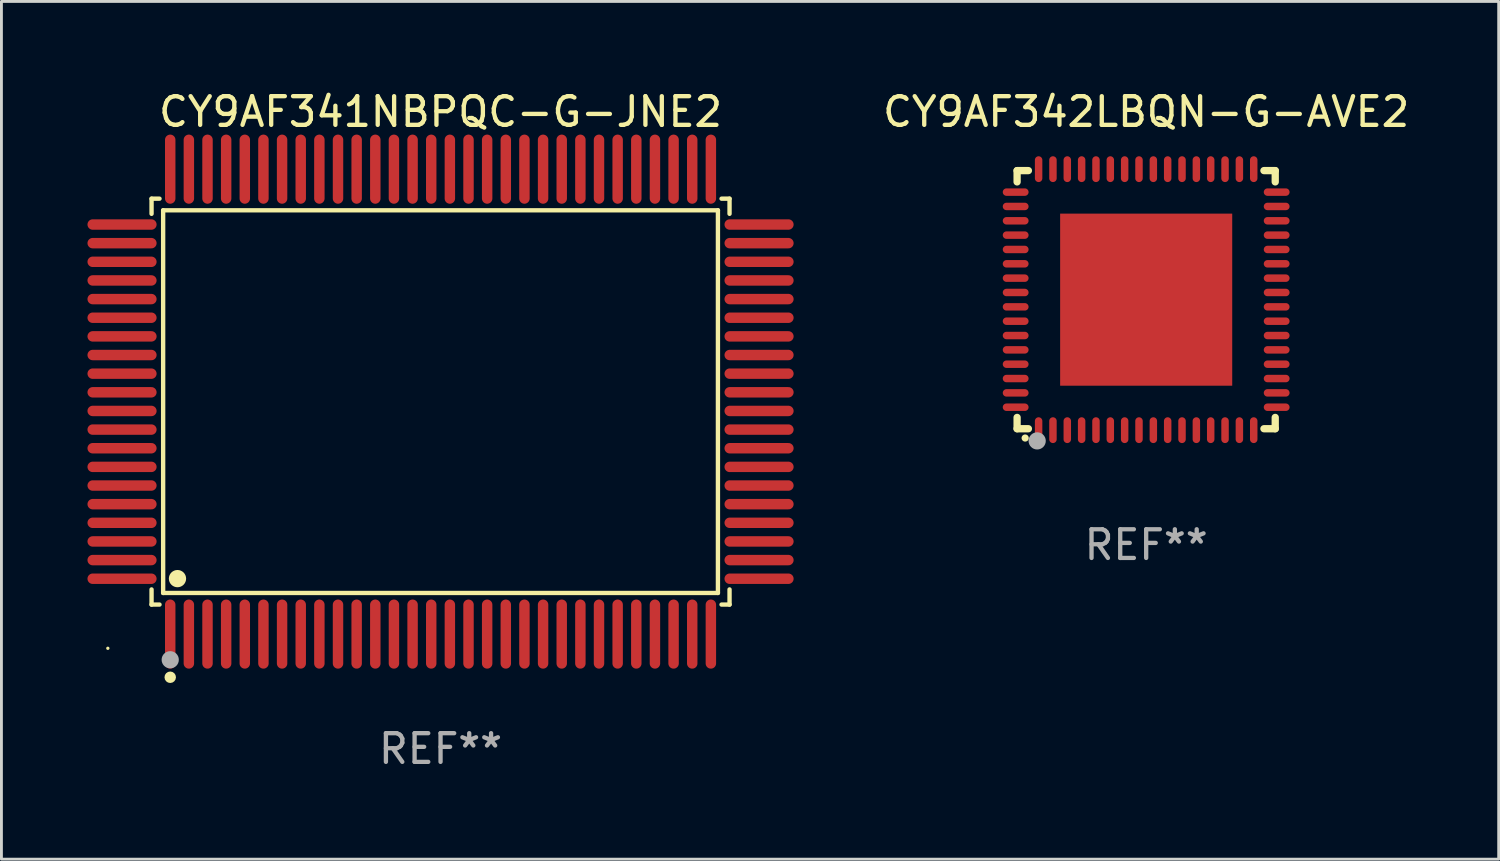
<source format=kicad_pcb>
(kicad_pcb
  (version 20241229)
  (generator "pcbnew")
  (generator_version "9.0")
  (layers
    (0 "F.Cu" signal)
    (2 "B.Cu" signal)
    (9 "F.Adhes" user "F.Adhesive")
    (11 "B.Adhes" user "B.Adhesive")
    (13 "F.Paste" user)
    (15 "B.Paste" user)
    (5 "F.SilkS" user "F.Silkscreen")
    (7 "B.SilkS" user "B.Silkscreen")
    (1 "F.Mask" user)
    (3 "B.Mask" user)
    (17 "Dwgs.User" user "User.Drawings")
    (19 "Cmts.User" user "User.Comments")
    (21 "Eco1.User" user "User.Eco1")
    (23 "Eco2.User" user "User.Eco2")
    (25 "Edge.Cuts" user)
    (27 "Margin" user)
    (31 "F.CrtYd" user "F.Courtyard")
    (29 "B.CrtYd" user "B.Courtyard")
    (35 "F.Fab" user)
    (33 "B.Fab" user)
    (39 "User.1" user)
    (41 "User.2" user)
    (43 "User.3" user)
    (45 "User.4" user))
  (footprint "CY9AF341NBPQC-G-JNE2"
    (layer "F.Cu")
    (at 12.31 10.953)
    (property "Reference" "CY9AF341NBPQC-G-JNE2" (at 0 -10.105 0) (layer "F.SilkS") (effects (font (size 1 1) (thickness 0.15))))
    (attr through_hole)
    (fp_line (start -10.076 -7.076) (end -9.798 -7.076) (stroke (width 0.152) (type solid)) (layer "F.SilkS"))
    (fp_line (start -10.076 -6.548) (end -10.076 -7.076) (stroke (width 0.152) (type solid)) (layer "F.SilkS"))
    (fp_line (start -10.076 6.548) (end -10.076 7.076) (stroke (width 0.152) (type solid)) (layer "F.SilkS"))
    (fp_line (start -10.076 7.076) (end -9.798 7.076) (stroke (width 0.152) (type solid)) (layer "F.SilkS"))
    (fp_line (start -9.672 -6.671) (end 9.671 -6.671) (stroke (width 0.152) (type solid)) (layer "F.SilkS"))
    (fp_line (start -9.672 6.671) (end -9.672 -6.671) (stroke (width 0.152) (type solid)) (layer "F.SilkS"))
    (fp_line (start 9.671 -6.671) (end 9.671 6.671) (stroke (width 0.152) (type solid)) (layer "F.SilkS"))
    (fp_line (start 9.671 6.671) (end -9.672 6.671) (stroke (width 0.152) (type solid)) (layer "F.SilkS"))
    (fp_line (start 10.076 -7.076) (end 9.797 -7.076) (stroke (width 0.152) (type solid)) (layer "F.SilkS"))
    (fp_line (start 10.076 -6.548) (end 10.076 -7.076) (stroke (width 0.152) (type solid)) (layer "F.SilkS"))
    (fp_line (start 10.076 6.548) (end 10.076 7.076) (stroke (width 0.152) (type solid)) (layer "F.SilkS"))
    (fp_line (start 10.076 7.076) (end 9.797 7.076) (stroke (width 0.152) (type solid)) (layer "F.SilkS"))
    (fp_circle (center -11.6 8.6) (end -11.57 8.6) (stroke (width 0.06) (type solid)) (fill no) (layer "F.SilkS"))
    (fp_circle (center -9.425 9.61) (end -9.325 9.61) (stroke (width 0.2) (type solid)) (fill no) (layer "F.SilkS"))
    (fp_circle (center -9.172 6.171) (end -9.021 6.171) (stroke (width 0.3) (type solid)) (fill no) (layer "F.SilkS"))
    (fp_circle (center -9.425 9) (end -9.275 9) (stroke (width 0.3) (type solid)) (fill no) (layer "F.Fab"))
    (fp_text user "REF**" (at 0 12.105 0) (layer "F.Fab") (effects (font (size 1 1) (thickness 0.15))))
    (pad "1" smd oval (at -9.425 8.105) (size 0.364 2.41) (layers "F.Cu" "F.Mask" "F.Paste"))
    (pad "2" smd oval (at -8.775 8.105) (size 0.364 2.41) (layers "F.Cu" "F.Mask" "F.Paste"))
    (pad "3" smd oval (at -8.125 8.105) (size 0.364 2.41) (layers "F.Cu" "F.Mask" "F.Paste"))
    (pad "4" smd oval (at -7.475 8.105) (size 0.364 2.41) (layers "F.Cu" "F.Mask" "F.Paste"))
    (pad "5" smd oval (at -6.825 8.105) (size 0.364 2.41) (layers "F.Cu" "F.Mask" "F.Paste"))
    (pad "6" smd oval (at -6.175 8.105) (size 0.364 2.41) (layers "F.Cu" "F.Mask" "F.Paste"))
    (pad "7" smd oval (at -5.525 8.105) (size 0.364 2.41) (layers "F.Cu" "F.Mask" "F.Paste"))
    (pad "8" smd oval (at -4.875 8.105) (size 0.364 2.41) (layers "F.Cu" "F.Mask" "F.Paste"))
    (pad "9" smd oval (at -4.225 8.105) (size 0.364 2.41) (layers "F.Cu" "F.Mask" "F.Paste"))
    (pad "10" smd oval (at -3.575 8.105) (size 0.364 2.41) (layers "F.Cu" "F.Mask" "F.Paste"))
    (pad "11" smd oval (at -2.925 8.105) (size 0.364 2.41) (layers "F.Cu" "F.Mask" "F.Paste"))
    (pad "12" smd oval (at -2.275 8.105) (size 0.364 2.41) (layers "F.Cu" "F.Mask" "F.Paste"))
    (pad "13" smd oval (at -1.625 8.105) (size 0.364 2.41) (layers "F.Cu" "F.Mask" "F.Paste"))
    (pad "14" smd oval (at -0.975 8.105) (size 0.364 2.41) (layers "F.Cu" "F.Mask" "F.Paste"))
    (pad "15" smd oval (at -0.325 8.105) (size 0.364 2.41) (layers "F.Cu" "F.Mask" "F.Paste"))
    (pad "16" smd oval (at 0.325 8.105) (size 0.364 2.41) (layers "F.Cu" "F.Mask" "F.Paste"))
    (pad "17" smd oval (at 0.975 8.105) (size 0.364 2.41) (layers "F.Cu" "F.Mask" "F.Paste"))
    (pad "18" smd oval (at 1.625 8.105) (size 0.364 2.41) (layers "F.Cu" "F.Mask" "F.Paste"))
    (pad "19" smd oval (at 2.275 8.105) (size 0.364 2.41) (layers "F.Cu" "F.Mask" "F.Paste"))
    (pad "20" smd oval (at 2.925 8.105) (size 0.364 2.41) (layers "F.Cu" "F.Mask" "F.Paste"))
    (pad "21" smd oval (at 3.575 8.105) (size 0.364 2.41) (layers "F.Cu" "F.Mask" "F.Paste"))
    (pad "22" smd oval (at 4.225 8.105) (size 0.364 2.41) (layers "F.Cu" "F.Mask" "F.Paste"))
    (pad "23" smd oval (at 4.875 8.105) (size 0.364 2.41) (layers "F.Cu" "F.Mask" "F.Paste"))
    (pad "24" smd oval (at 5.525 8.105) (size 0.364 2.41) (layers "F.Cu" "F.Mask" "F.Paste"))
    (pad "25" smd oval (at 6.175 8.105) (size 0.364 2.41) (layers "F.Cu" "F.Mask" "F.Paste"))
    (pad "26" smd oval (at 6.825 8.105) (size 0.364 2.41) (layers "F.Cu" "F.Mask" "F.Paste"))
    (pad "27" smd oval (at 7.475 8.105) (size 0.364 2.41) (layers "F.Cu" "F.Mask" "F.Paste"))
    (pad "28" smd oval (at 8.125 8.105) (size 0.364 2.41) (layers "F.Cu" "F.Mask" "F.Paste"))
    (pad "29" smd oval (at 8.775 8.105) (size 0.364 2.41) (layers "F.Cu" "F.Mask" "F.Paste"))
    (pad "30" smd oval (at 9.425 8.105) (size 0.364 2.41) (layers "F.Cu" "F.Mask" "F.Paste"))
    (pad "31" smd oval (at 11.105 6.175) (size 2.41 0.364) (layers "F.Cu" "F.Mask" "F.Paste"))
    (pad "32" smd oval (at 11.105 5.525) (size 2.41 0.364) (layers "F.Cu" "F.Mask" "F.Paste"))
    (pad "33" smd oval (at 11.105 4.875) (size 2.41 0.364) (layers "F.Cu" "F.Mask" "F.Paste"))
    (pad "34" smd oval (at 11.105 4.225) (size 2.41 0.364) (layers "F.Cu" "F.Mask" "F.Paste"))
    (pad "35" smd oval (at 11.105 3.575) (size 2.41 0.364) (layers "F.Cu" "F.Mask" "F.Paste"))
    (pad "36" smd oval (at 11.105 2.925) (size 2.41 0.364) (layers "F.Cu" "F.Mask" "F.Paste"))
    (pad "37" smd oval (at 11.105 2.275) (size 2.41 0.364) (layers "F.Cu" "F.Mask" "F.Paste"))
    (pad "38" smd oval (at 11.105 1.625) (size 2.41 0.364) (layers "F.Cu" "F.Mask" "F.Paste"))
    (pad "39" smd oval (at 11.105 0.975) (size 2.41 0.364) (layers "F.Cu" "F.Mask" "F.Paste"))
    (pad "40" smd oval (at 11.105 0.325) (size 2.41 0.364) (layers "F.Cu" "F.Mask" "F.Paste"))
    (pad "41" smd oval (at 11.105 -0.325) (size 2.41 0.364) (layers "F.Cu" "F.Mask" "F.Paste"))
    (pad "42" smd oval (at 11.105 -0.975) (size 2.41 0.364) (layers "F.Cu" "F.Mask" "F.Paste"))
    (pad "43" smd oval (at 11.105 -1.625) (size 2.41 0.364) (layers "F.Cu" "F.Mask" "F.Paste"))
    (pad "44" smd oval (at 11.105 -2.275) (size 2.41 0.364) (layers "F.Cu" "F.Mask" "F.Paste"))
    (pad "45" smd oval (at 11.105 -2.925) (size 2.41 0.364) (layers "F.Cu" "F.Mask" "F.Paste"))
    (pad "46" smd oval (at 11.105 -3.575) (size 2.41 0.364) (layers "F.Cu" "F.Mask" "F.Paste"))
    (pad "47" smd oval (at 11.105 -4.225) (size 2.41 0.364) (layers "F.Cu" "F.Mask" "F.Paste"))
    (pad "48" smd oval (at 11.105 -4.875) (size 2.41 0.364) (layers "F.Cu" "F.Mask" "F.Paste"))
    (pad "49" smd oval (at 11.105 -5.525) (size 2.41 0.364) (layers "F.Cu" "F.Mask" "F.Paste"))
    (pad "50" smd oval (at 11.105 -6.175) (size 2.41 0.364) (layers "F.Cu" "F.Mask" "F.Paste"))
    (pad "51" smd oval (at 9.425 -8.105) (size 0.364 2.41) (layers "F.Cu" "F.Mask" "F.Paste"))
    (pad "52" smd oval (at 8.775 -8.105) (size 0.364 2.41) (layers "F.Cu" "F.Mask" "F.Paste"))
    (pad "53" smd oval (at 8.125 -8.105) (size 0.364 2.41) (layers "F.Cu" "F.Mask" "F.Paste"))
    (pad "54" smd oval (at 7.475 -8.105) (size 0.364 2.41) (layers "F.Cu" "F.Mask" "F.Paste"))
    (pad "55" smd oval (at 6.825 -8.105) (size 0.364 2.41) (layers "F.Cu" "F.Mask" "F.Paste"))
    (pad "56" smd oval (at 6.175 -8.105) (size 0.364 2.41) (layers "F.Cu" "F.Mask" "F.Paste"))
    (pad "57" smd oval (at 5.525 -8.105) (size 0.364 2.41) (layers "F.Cu" "F.Mask" "F.Paste"))
    (pad "58" smd oval (at 4.875 -8.105) (size 0.364 2.41) (layers "F.Cu" "F.Mask" "F.Paste"))
    (pad "59" smd oval (at 4.225 -8.105) (size 0.364 2.41) (layers "F.Cu" "F.Mask" "F.Paste"))
    (pad "60" smd oval (at 3.575 -8.105) (size 0.364 2.41) (layers "F.Cu" "F.Mask" "F.Paste"))
    (pad "61" smd oval (at 2.925 -8.105) (size 0.364 2.41) (layers "F.Cu" "F.Mask" "F.Paste"))
    (pad "62" smd oval (at 2.275 -8.105) (size 0.364 2.41) (layers "F.Cu" "F.Mask" "F.Paste"))
    (pad "63" smd oval (at 1.625 -8.105) (size 0.364 2.41) (layers "F.Cu" "F.Mask" "F.Paste"))
    (pad "64" smd oval (at 0.975 -8.105) (size 0.364 2.41) (layers "F.Cu" "F.Mask" "F.Paste"))
    (pad "65" smd oval (at 0.325 -8.105) (size 0.364 2.41) (layers "F.Cu" "F.Mask" "F.Paste"))
    (pad "66" smd oval (at -0.325 -8.105) (size 0.364 2.41) (layers "F.Cu" "F.Mask" "F.Paste"))
    (pad "67" smd oval (at -0.975 -8.105) (size 0.364 2.41) (layers "F.Cu" "F.Mask" "F.Paste"))
    (pad "68" smd oval (at -1.625 -8.105) (size 0.364 2.41) (layers "F.Cu" "F.Mask" "F.Paste"))
    (pad "69" smd oval (at -2.275 -8.105) (size 0.364 2.41) (layers "F.Cu" "F.Mask" "F.Paste"))
    (pad "70" smd oval (at -2.925 -8.105) (size 0.364 2.41) (layers "F.Cu" "F.Mask" "F.Paste"))
    (pad "71" smd oval (at -3.575 -8.105) (size 0.364 2.41) (layers "F.Cu" "F.Mask" "F.Paste"))
    (pad "72" smd oval (at -4.225 -8.105) (size 0.364 2.41) (layers "F.Cu" "F.Mask" "F.Paste"))
    (pad "73" smd oval (at -4.875 -8.105) (size 0.364 2.41) (layers "F.Cu" "F.Mask" "F.Paste"))
    (pad "74" smd oval (at -5.525 -8.105) (size 0.364 2.41) (layers "F.Cu" "F.Mask" "F.Paste"))
    (pad "75" smd oval (at -6.175 -8.105) (size 0.364 2.41) (layers "F.Cu" "F.Mask" "F.Paste"))
    (pad "76" smd oval (at -6.825 -8.105) (size 0.364 2.41) (layers "F.Cu" "F.Mask" "F.Paste"))
    (pad "77" smd oval (at -7.475 -8.105) (size 0.364 2.41) (layers "F.Cu" "F.Mask" "F.Paste"))
    (pad "78" smd oval (at -8.125 -8.105) (size 0.364 2.41) (layers "F.Cu" "F.Mask" "F.Paste"))
    (pad "79" smd oval (at -8.775 -8.105) (size 0.364 2.41) (layers "F.Cu" "F.Mask" "F.Paste"))
    (pad "80" smd oval (at -9.425 -8.105) (size 0.364 2.41) (layers "F.Cu" "F.Mask" "F.Paste"))
    (pad "81" smd oval (at -11.105 -6.175) (size 2.41 0.364) (layers "F.Cu" "F.Mask" "F.Paste"))
    (pad "82" smd oval (at -11.105 -5.525) (size 2.41 0.364) (layers "F.Cu" "F.Mask" "F.Paste"))
    (pad "83" smd oval (at -11.105 -4.875) (size 2.41 0.364) (layers "F.Cu" "F.Mask" "F.Paste"))
    (pad "84" smd oval (at -11.105 -4.225) (size 2.41 0.364) (layers "F.Cu" "F.Mask" "F.Paste"))
    (pad "85" smd oval (at -11.105 -3.575) (size 2.41 0.364) (layers "F.Cu" "F.Mask" "F.Paste"))
    (pad "86" smd oval (at -11.105 -2.925) (size 2.41 0.364) (layers "F.Cu" "F.Mask" "F.Paste"))
    (pad "87" smd oval (at -11.105 -2.275) (size 2.41 0.364) (layers "F.Cu" "F.Mask" "F.Paste"))
    (pad "88" smd oval (at -11.105 -1.625) (size 2.41 0.364) (layers "F.Cu" "F.Mask" "F.Paste"))
    (pad "89" smd oval (at -11.105 -0.975) (size 2.41 0.364) (layers "F.Cu" "F.Mask" "F.Paste"))
    (pad "90" smd oval (at -11.105 -0.325) (size 2.41 0.364) (layers "F.Cu" "F.Mask" "F.Paste"))
    (pad "91" smd oval (at -11.105 0.325) (size 2.41 0.364) (layers "F.Cu" "F.Mask" "F.Paste"))
    (pad "92" smd oval (at -11.105 0.975) (size 2.41 0.364) (layers "F.Cu" "F.Mask" "F.Paste"))
    (pad "93" smd oval (at -11.105 1.625) (size 2.41 0.364) (layers "F.Cu" "F.Mask" "F.Paste"))
    (pad "94" smd oval (at -11.105 2.275) (size 2.41 0.364) (layers "F.Cu" "F.Mask" "F.Paste"))
    (pad "95" smd oval (at -11.105 2.925) (size 2.41 0.364) (layers "F.Cu" "F.Mask" "F.Paste"))
    (pad "96" smd oval (at -11.105 3.575) (size 2.41 0.364) (layers "F.Cu" "F.Mask" "F.Paste"))
    (pad "97" smd oval (at -11.105 4.225) (size 2.41 0.364) (layers "F.Cu" "F.Mask" "F.Paste"))
    (pad "98" smd oval (at -11.105 4.875) (size 2.41 0.364) (layers "F.Cu" "F.Mask" "F.Paste"))
    (pad "99" smd oval (at -11.105 5.525) (size 2.41 0.364) (layers "F.Cu" "F.Mask" "F.Paste"))
    (pad "100" smd oval (at -11.105 6.175) (size 2.41 0.364) (layers "F.Cu" "F.Mask" "F.Paste")))
  (footprint "CY9AF342LBQN-G-AVE2"
    (layer "F.Cu")
    (at 36.912 7.398)
    (property "Reference" "CY9AF342LBQN-G-AVE2" (at 0 -6.55 0) (layer "F.SilkS") (effects (font (size 1 1) (thickness 0.15))))
    (attr through_hole)
    (fp_line (start -4.5 -4.5) (end -4.106 -4.5) (stroke (width 0.254) (type solid)) (layer "F.SilkS"))
    (fp_line (start -4.5 -4.106) (end -4.5 -4.5) (stroke (width 0.254) (type solid)) (layer "F.SilkS"))
    (fp_line (start -4.5 4.5) (end -4.5 4.106) (stroke (width 0.254) (type solid)) (layer "F.SilkS"))
    (fp_line (start -4.106 4.5) (end -4.5 4.5) (stroke (width 0.254) (type solid)) (layer "F.SilkS"))
    (fp_line (start 4.106 -4.5) (end 4.5 -4.5) (stroke (width 0.254) (type solid)) (layer "F.SilkS"))
    (fp_line (start 4.5 -4.5) (end 4.5 -4.106) (stroke (width 0.254) (type solid)) (layer "F.SilkS"))
    (fp_line (start 4.5 4.106) (end 4.5 4.5) (stroke (width 0.254) (type solid)) (layer "F.SilkS"))
    (fp_line (start 4.5 4.5) (end 4.106 4.5) (stroke (width 0.254) (type solid)) (layer "F.SilkS"))
    (fp_arc (start -4.220041 4.824308) (mid -4.218771 4.824302) (end -4.217501 4.824308) (stroke (width 0.24892) (type solid)) (layer "F.SilkS"))
    (fp_circle (center -4.5 4.5) (end -4.47 4.5) (stroke (width 0.06) (type solid)) (fill no) (layer "F.SilkS"))
    (fp_circle (center -3.8 4.924) (end -3.65 4.924) (stroke (width 0.3) (type solid)) (fill no) (layer "F.Fab"))
    (fp_text user "REF**" (at 0 8.55 0) (layer "F.Fab") (effects (font (size 1 1) (thickness 0.15))))
    (pad "1" smd oval (at -3.75 4.55 90) (size 0.9 0.26) (layers "F.Cu" "F.Mask" "F.Paste"))
    (pad "2" smd oval (at -3.25 4.55 90) (size 0.9 0.26) (layers "F.Cu" "F.Mask" "F.Paste"))
    (pad "3" smd oval (at -2.75 4.55 90) (size 0.9 0.26) (layers "F.Cu" "F.Mask" "F.Paste"))
    (pad "4" smd oval (at -2.25 4.55 90) (size 0.9 0.26) (layers "F.Cu" "F.Mask" "F.Paste"))
    (pad "5" smd oval (at -1.75 4.55 90) (size 0.9 0.26) (layers "F.Cu" "F.Mask" "F.Paste"))
    (pad "6" smd oval (at -1.25 4.55 90) (size 0.9 0.26) (layers "F.Cu" "F.Mask" "F.Paste"))
    (pad "7" smd oval (at -0.75 4.55 90) (size 0.9 0.26) (layers "F.Cu" "F.Mask" "F.Paste"))
    (pad "8" smd oval (at -0.25 4.55 90) (size 0.9 0.26) (layers "F.Cu" "F.Mask" "F.Paste"))
    (pad "9" smd oval (at 0.25 4.55 90) (size 0.9 0.26) (layers "F.Cu" "F.Mask" "F.Paste"))
    (pad "10" smd oval (at 0.75 4.55 90) (size 0.9 0.26) (layers "F.Cu" "F.Mask" "F.Paste"))
    (pad "11" smd oval (at 1.25 4.55 90) (size 0.9 0.26) (layers "F.Cu" "F.Mask" "F.Paste"))
    (pad "12" smd oval (at 1.75 4.55 90) (size 0.9 0.26) (layers "F.Cu" "F.Mask" "F.Paste"))
    (pad "13" smd oval (at 2.25 4.55 90) (size 0.9 0.26) (layers "F.Cu" "F.Mask" "F.Paste"))
    (pad "14" smd oval (at 2.75 4.55 90) (size 0.9 0.26) (layers "F.Cu" "F.Mask" "F.Paste"))
    (pad "15" smd oval (at 3.25 4.55 90) (size 0.9 0.26) (layers "F.Cu" "F.Mask" "F.Paste"))
    (pad "16" smd oval (at 3.75 4.55 90) (size 0.9 0.26) (layers "F.Cu" "F.Mask" "F.Paste"))
    (pad "17" smd oval (at 4.55 3.75 90) (size 0.26 0.9) (layers "F.Cu" "F.Mask" "F.Paste"))
    (pad "18" smd oval (at 4.55 3.25 90) (size 0.26 0.9) (layers "F.Cu" "F.Mask" "F.Paste"))
    (pad "19" smd oval (at 4.55 2.75 90) (size 0.26 0.9) (layers "F.Cu" "F.Mask" "F.Paste"))
    (pad "20" smd oval (at 4.55 2.25 90) (size 0.26 0.9) (layers "F.Cu" "F.Mask" "F.Paste"))
    (pad "21" smd oval (at 4.55 1.75 90) (size 0.26 0.9) (layers "F.Cu" "F.Mask" "F.Paste"))
    (pad "22" smd oval (at 4.55 1.25 90) (size 0.26 0.9) (layers "F.Cu" "F.Mask" "F.Paste"))
    (pad "23" smd oval (at 4.55 0.75 90) (size 0.26 0.9) (layers "F.Cu" "F.Mask" "F.Paste"))
    (pad "24" smd oval (at 4.55 0.25 90) (size 0.26 0.9) (layers "F.Cu" "F.Mask" "F.Paste"))
    (pad "25" smd oval (at 4.55 -0.25 90) (size 0.26 0.9) (layers "F.Cu" "F.Mask" "F.Paste"))
    (pad "26" smd oval (at 4.55 -0.75 90) (size 0.26 0.9) (layers "F.Cu" "F.Mask" "F.Paste"))
    (pad "27" smd oval (at 4.55 -1.25 90) (size 0.26 0.9) (layers "F.Cu" "F.Mask" "F.Paste"))
    (pad "28" smd oval (at 4.55 -1.75 90) (size 0.26 0.9) (layers "F.Cu" "F.Mask" "F.Paste"))
    (pad "29" smd oval (at 4.55 -2.25 90) (size 0.26 0.9) (layers "F.Cu" "F.Mask" "F.Paste"))
    (pad "30" smd oval (at 4.55 -2.75 90) (size 0.26 0.9) (layers "F.Cu" "F.Mask" "F.Paste"))
    (pad "31" smd oval (at 4.55 -3.25 90) (size 0.26 0.9) (layers "F.Cu" "F.Mask" "F.Paste"))
    (pad "32" smd oval (at 4.55 -3.75 90) (size 0.26 0.9) (layers "F.Cu" "F.Mask" "F.Paste"))
    (pad "33" smd oval (at 3.75 -4.55 90) (size 0.9 0.26) (layers "F.Cu" "F.Mask" "F.Paste"))
    (pad "34" smd oval (at 3.25 -4.55 90) (size 0.9 0.26) (layers "F.Cu" "F.Mask" "F.Paste"))
    (pad "35" smd oval (at 2.75 -4.55 90) (size 0.9 0.26) (layers "F.Cu" "F.Mask" "F.Paste"))
    (pad "36" smd oval (at 2.25 -4.55 90) (size 0.9 0.26) (layers "F.Cu" "F.Mask" "F.Paste"))
    (pad "37" smd oval (at 1.75 -4.55 90) (size 0.9 0.26) (layers "F.Cu" "F.Mask" "F.Paste"))
    (pad "38" smd oval (at 1.25 -4.55 90) (size 0.9 0.26) (layers "F.Cu" "F.Mask" "F.Paste"))
    (pad "39" smd oval (at 0.75 -4.55 90) (size 0.9 0.26) (layers "F.Cu" "F.Mask" "F.Paste"))
    (pad "40" smd oval (at 0.25 -4.55 90) (size 0.9 0.26) (layers "F.Cu" "F.Mask" "F.Paste"))
    (pad "41" smd oval (at -0.25 -4.55 90) (size 0.9 0.26) (layers "F.Cu" "F.Mask" "F.Paste"))
    (pad "42" smd oval (at -0.75 -4.55 90) (size 0.9 0.26) (layers "F.Cu" "F.Mask" "F.Paste"))
    (pad "43" smd oval (at -1.25 -4.55 90) (size 0.9 0.26) (layers "F.Cu" "F.Mask" "F.Paste"))
    (pad "44" smd oval (at -1.75 -4.55 90) (size 0.9 0.26) (layers "F.Cu" "F.Mask" "F.Paste"))
    (pad "45" smd oval (at -2.25 -4.55 90) (size 0.9 0.26) (layers "F.Cu" "F.Mask" "F.Paste"))
    (pad "46" smd oval (at -2.75 -4.55 90) (size 0.9 0.26) (layers "F.Cu" "F.Mask" "F.Paste"))
    (pad "47" smd oval (at -3.25 -4.55 90) (size 0.9 0.26) (layers "F.Cu" "F.Mask" "F.Paste"))
    (pad "48" smd oval (at -3.75 -4.55 90) (size 0.9 0.26) (layers "F.Cu" "F.Mask" "F.Paste"))
    (pad "49" smd oval (at -4.55 -3.75 90) (size 0.26 0.9) (layers "F.Cu" "F.Mask" "F.Paste"))
    (pad "50" smd oval (at -4.55 -3.25 90) (size 0.26 0.9) (layers "F.Cu" "F.Mask" "F.Paste"))
    (pad "51" smd oval (at -4.55 -2.75 90) (size 0.26 0.9) (layers "F.Cu" "F.Mask" "F.Paste"))
    (pad "52" smd oval (at -4.55 -2.25 90) (size 0.26 0.9) (layers "F.Cu" "F.Mask" "F.Paste"))
    (pad "53" smd oval (at -4.55 -1.75 90) (size 0.26 0.9) (layers "F.Cu" "F.Mask" "F.Paste"))
    (pad "54" smd oval (at -4.55 -1.25 90) (size 0.26 0.9) (layers "F.Cu" "F.Mask" "F.Paste"))
    (pad "55" smd oval (at -4.55 -0.75 90) (size 0.26 0.9) (layers "F.Cu" "F.Mask" "F.Paste"))
    (pad "56" smd oval (at -4.55 -0.25 90) (size 0.26 0.9) (layers "F.Cu" "F.Mask" "F.Paste"))
    (pad "57" smd oval (at -4.55 0.25 90) (size 0.26 0.9) (layers "F.Cu" "F.Mask" "F.Paste"))
    (pad "58" smd oval (at -4.55 0.75 90) (size 0.26 0.9) (layers "F.Cu" "F.Mask" "F.Paste"))
    (pad "59" smd oval (at -4.55 1.25 90) (size 0.26 0.9) (layers "F.Cu" "F.Mask" "F.Paste"))
    (pad "60" smd oval (at -4.55 1.75 90) (size 0.26 0.9) (layers "F.Cu" "F.Mask" "F.Paste"))
    (pad "61" smd oval (at -4.55 2.25 90) (size 0.26 0.9) (layers "F.Cu" "F.Mask" "F.Paste"))
    (pad "62" smd oval (at -4.55 2.75 90) (size 0.26 0.9) (layers "F.Cu" "F.Mask" "F.Paste"))
    (pad "63" smd oval (at -4.55 3.25 90) (size 0.26 0.9) (layers "F.Cu" "F.Mask" "F.Paste"))
    (pad "64" smd oval (at -4.55 3.75 90) (size 0.26 0.9) (layers "F.Cu" "F.Mask" "F.Paste"))
    (pad "65" smd rect (at 0.000381 0 90) (size 6 6) (layers "F.Cu" "F.Mask" "F.Paste")))
  (gr_rect
    (start -3 -3)
    (end 49.203 26.906)
    (stroke (width 0.1) (type default))
    (fill no)
    (layer "Edge.Cuts")))
</source>
